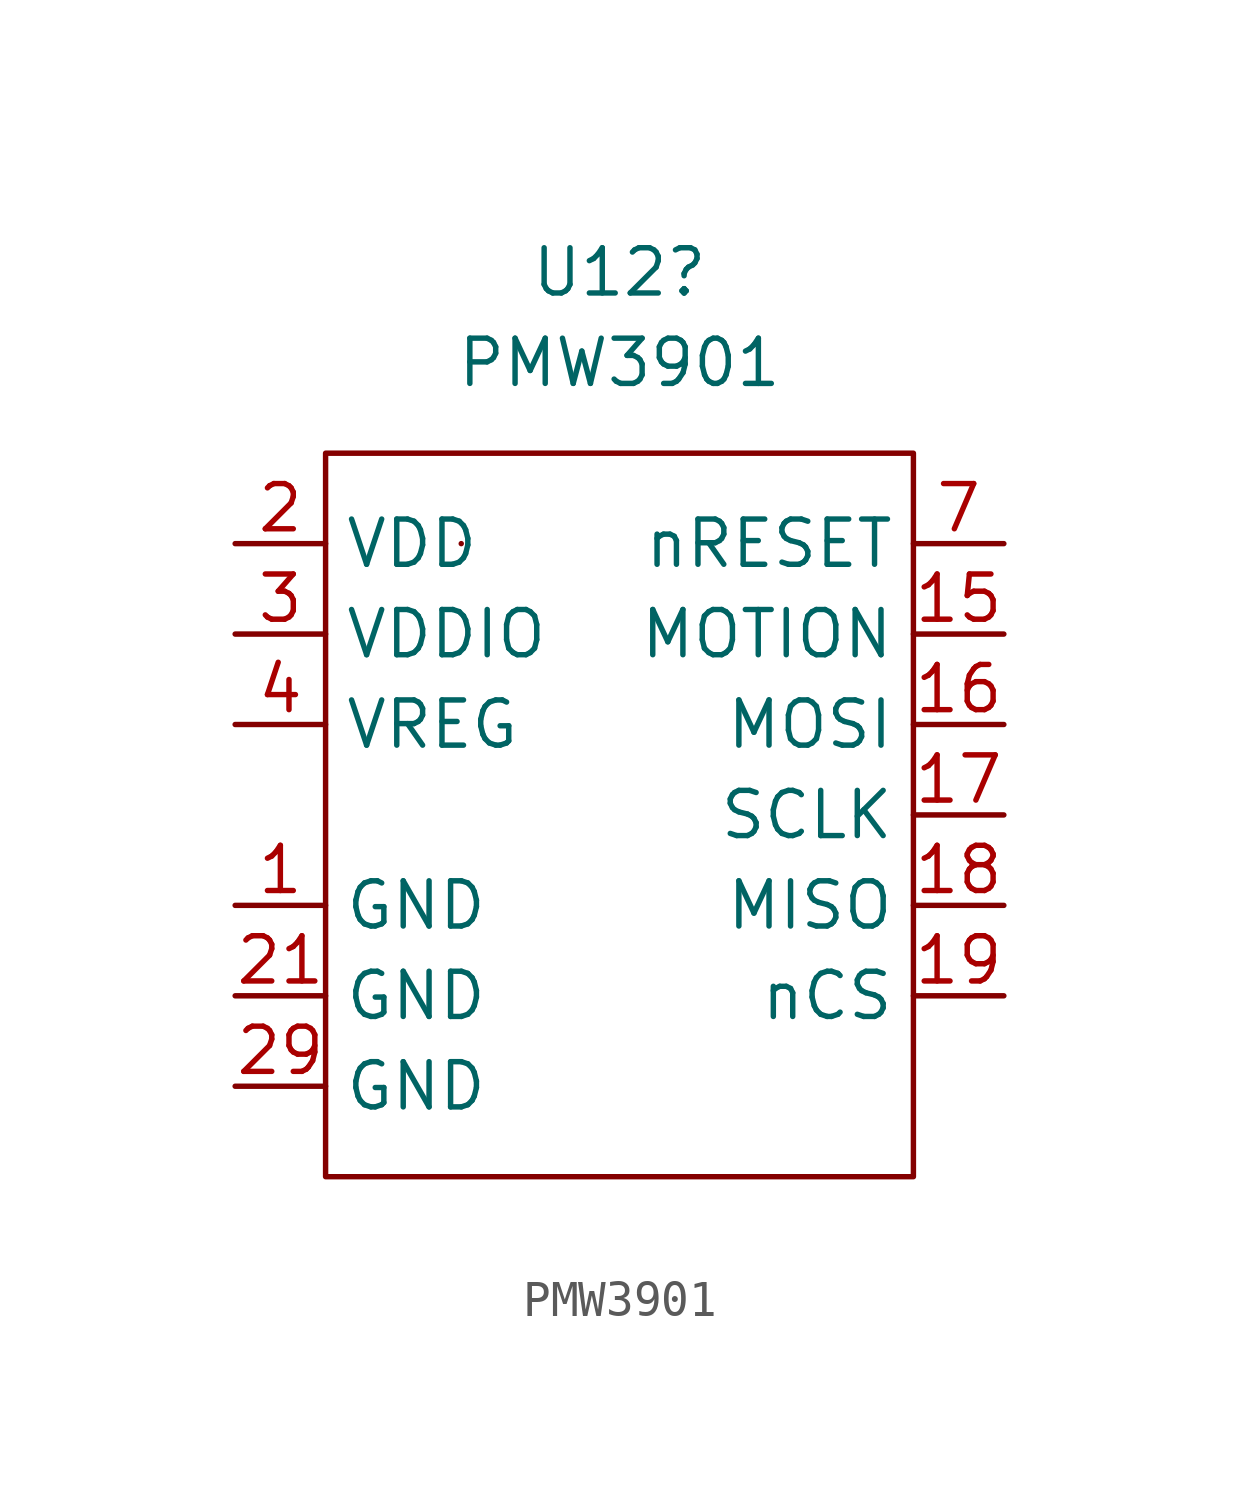
<source format=kicad_sym>
(kicad_symbol_lib
  (version 20220914)
  (generator kicad_symbol_editor)
  (symbol "PMW3901"
    (property "Reference" "U12"
      (at 1.905 13.97 0)
      (effects (font (size 1.27 1.27))))
    (property "Value" "PMW3901"
      (at 1.905 11.43 0)
      (effects (font (size 1.27 1.27))))
    (symbol "PMW3901_0_1"
      (rectangle (start -6.35 8.89) (end 10.16 -11.43) (stroke (width 0) (type default)) (fill (type none)))
      (rectangle (start -2.54 6.35) (end -2.54 6.35) (stroke (width 0) (type default)) (fill (type none))))
    (symbol "PMW3901_1_1"
      (pin power_in line (at -8.89 -3.81 0) (length 2.54) (name "GND" (effects (font (size 1.27 1.27)))) (number "1" (effects (font (size 1.27 1.27)))))
      (pin no_connect line (at 2.54 2.54 0) (length 2.54) hide (name "NC" (effects (font (size 1.27 1.27)))) (number "10" (effects (font (size 1.27 1.27)))))
      (pin no_connect line (at 2.54 1.27 0) (length 2.54) hide (name "NC" (effects (font (size 1.27 1.27)))) (number "11" (effects (font (size 1.27 1.27)))))
      (pin no_connect line (at 2.54 0 0) (length 2.54) hide (name "NC" (effects (font (size 1.27 1.27)))) (number "12" (effects (font (size 1.27 1.27)))))
      (pin no_connect line (at 2.54 -1.27 0) (length 2.54) hide (name "NC" (effects (font (size 1.27 1.27)))) (number "13" (effects (font (size 1.27 1.27)))))
      (pin no_connect line (at 2.54 -2.54 0) (length 2.54) hide (name "NC" (effects (font (size 1.27 1.27)))) (number "14" (effects (font (size 1.27 1.27)))))
      (pin input line (at 12.7 3.81 180) (length 2.54) (name "MOTION" (effects (font (size 1.27 1.27)))) (number "15" (effects (font (size 1.27 1.27)))))
      (pin input line (at 12.7 1.27 180) (length 2.54) (name "MOSI" (effects (font (size 1.27 1.27)))) (number "16" (effects (font (size 1.27 1.27)))))
      (pin input line (at 12.7 -1.27 180) (length 2.54) (name "SCLK" (effects (font (size 1.27 1.27)))) (number "17" (effects (font (size 1.27 1.27)))))
      (pin input line (at 12.7 -3.81 180) (length 2.54) (name "MISO" (effects (font (size 1.27 1.27)))) (number "18" (effects (font (size 1.27 1.27)))))
      (pin input line (at 12.7 -6.35 180) (length 2.54) (name "nCS" (effects (font (size 1.27 1.27)))) (number "19" (effects (font (size 1.27 1.27)))))
      (pin power_in line (at -8.89 6.35 0) (length 2.54) (name "VDD" (effects (font (size 1.27 1.27)))) (number "2" (effects (font (size 1.27 1.27)))))
      (pin no_connect line (at 2.54 -3.81 0) (length 2.54) hide (name "NC" (effects (font (size 1.27 1.27)))) (number "20" (effects (font (size 1.27 1.27)))))
      (pin power_in line (at -8.89 -6.35 0) (length 2.54) (name "GND" (effects (font (size 1.27 1.27)))) (number "21" (effects (font (size 1.27 1.27)))))
      (pin no_connect line (at 2.54 -10.16 0) (length 2.54) hide (name "NC" (effects (font (size 1.27 1.27)))) (number "22" (effects (font (size 1.27 1.27)))))
      (pin no_connect line (at 1.27 -10.16 0) (length 2.54) hide (name "NC" (effects (font (size 1.27 1.27)))) (number "23" (effects (font (size 1.27 1.27)))))
      (pin no_connect line (at 1.27 -5.08 0) (length 2.54) hide (name "NC" (effects (font (size 1.27 1.27)))) (number "24" (effects (font (size 1.27 1.27)))))
      (pin no_connect line (at 1.27 -7.62 0) (length 2.54) hide (name "NC" (effects (font (size 1.27 1.27)))) (number "25" (effects (font (size 1.27 1.27)))))
      (pin no_connect line (at 1.27 -8.89 0) (length 2.54) hide (name "NC" (effects (font (size 1.27 1.27)))) (number "26" (effects (font (size 1.27 1.27)))))
      (pin no_connect line (at 1.27 -3.81 0) (length 2.54) hide (name "NC" (effects (font (size 1.27 1.27)))) (number "27" (effects (font (size 1.27 1.27)))))
      (pin no_connect line (at 1.27 -6.35 0) (length 2.54) hide (name "NC" (effects (font (size 1.27 1.27)))) (number "28" (effects (font (size 1.27 1.27)))))
      (pin power_in line (at -8.89 -8.89 0) (length 2.54) (name "GND" (effects (font (size 1.27 1.27)))) (number "29" (effects (font (size 1.27 1.27)))))
      (pin power_in line (at -8.89 3.81 0) (length 2.54) (name "VDDIO" (effects (font (size 1.27 1.27)))) (number "3" (effects (font (size 1.27 1.27)))))
      (pin input line (at -8.89 1.27 0) (length 2.54) (name "VREG" (effects (font (size 1.27 1.27)))) (number "4" (effects (font (size 1.27 1.27)))))
      (pin no_connect line (at 1.27 -2.54 0) (length 2.54) hide (name "NC" (effects (font (size 1.27 1.27)))) (number "5" (effects (font (size 1.27 1.27)))))
      (pin no_connect line (at 1.27 -1.27 0) (length 2.54) hide (name "NC" (effects (font (size 1.27 1.27)))) (number "6" (effects (font (size 1.27 1.27)))))
      (pin no_connect line (at 1.27 0 0) (length 2.54) hide (name "NC" (effects (font (size 1.27 1.27)))) (number "7" (effects (font (size 1.27 1.27)))))
      (pin input line (at 12.7 6.35 180) (length 2.54) (name "nRESET" (effects (font (size 1.27 1.27)))) (number "7" (effects (font (size 1.27 1.27)))))
      (pin no_connect line (at 1.27 1.27 0) (length 2.54) hide (name "NC" (effects (font (size 1.27 1.27)))) (number "8" (effects (font (size 1.27 1.27)))))
      (pin no_connect line (at 1.27 2.54 0) (length 2.54) hide (name "NC" (effects (font (size 1.27 1.27)))) (number "9" (effects (font (size 1.27 1.27))))))))
</source>
